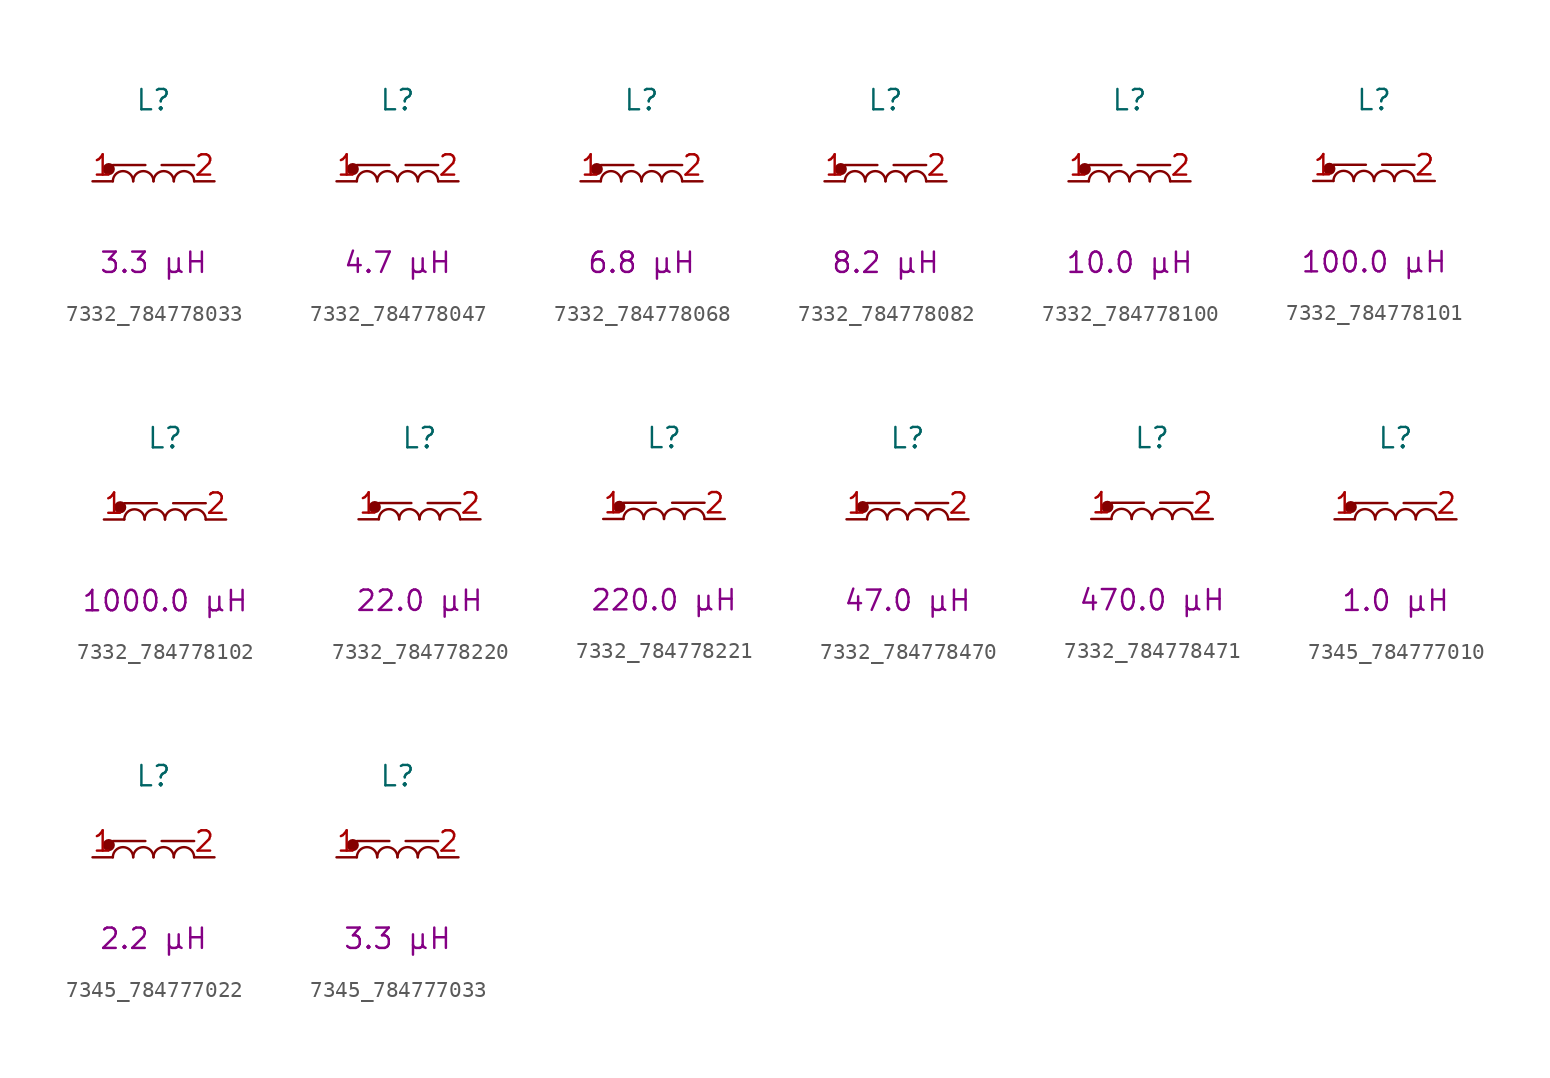
<source format=kicad_sym>
(kicad_symbol_lib
  (version 20220914)
  (generator kicad_symbol_editor)
  (symbol "7332_784778033"
    (pin_names hide)
    (property "Reference" "L"
      (at 0 5.08 0)
      (effects (font (size 1.27 1.27))))
    (property "Critical Parameter" "3.3 µH"
      (at 0 -5.08 0)
      (effects (font (size 1.27 1.27))))
    (symbol "7332_784778033_0_1"
      (arc (start -1.27 0) (mid -1.905 0.6323) (end -2.54 0) (stroke (width 0) (type default)) (fill (type none)))
      (arc (start 0 0) (mid -0.635 0.6323) (end -1.27 0) (stroke (width 0) (type default)) (fill (type none)))
      (polyline (pts (xy -2.54 1.016) (xy -0.508 1.016)) (stroke (width 0) (type default)) (fill (type none)))
      (arc (start 1.27 0) (mid 0.635 0.6323) (end 0 0) (stroke (width 0) (type default)) (fill (type none)))
      (arc (start 2.54 0) (mid 1.905 0.6323) (end 1.27 0) (stroke (width 0) (type default)) (fill (type none))))
    (symbol "7332_784778033_1_1"
      (circle (center -2.794 0.762) (radius 0.0001) (stroke (width 0.381) (type default)) (fill (type none)))
      (polyline (pts (xy 2.54 1.016) (xy 0.508 1.016)) (stroke (width 0) (type default)) (fill (type none)))
      (pin passive line (at -3.81 0 0) (length 1.27) (name "1" (effects (font (size 1.27 1.27)))) (number "1" (effects (font (size 1.27 1.27)))))
      (pin passive line (at 3.81 0 180) (length 1.27) (name "2" (effects (font (size 1.27 1.27)))) (number "2" (effects (font (size 1.27 1.27)))))))
  (symbol "7332_784778047"
    (pin_names hide)
    (property "Reference" "L"
      (at 0 5.08 0)
      (effects (font (size 1.27 1.27))))
    (property "Critical Parameter" "4.7 µH"
      (at 0 -5.08 0)
      (effects (font (size 1.27 1.27))))
    (symbol "7332_784778047_0_1"
      (arc (start -1.27 0) (mid -1.905 0.6323) (end -2.54 0) (stroke (width 0) (type default)) (fill (type none)))
      (arc (start 0 0) (mid -0.635 0.6323) (end -1.27 0) (stroke (width 0) (type default)) (fill (type none)))
      (polyline (pts (xy -2.54 1.016) (xy -0.508 1.016)) (stroke (width 0) (type default)) (fill (type none)))
      (arc (start 1.27 0) (mid 0.635 0.6323) (end 0 0) (stroke (width 0) (type default)) (fill (type none)))
      (arc (start 2.54 0) (mid 1.905 0.6323) (end 1.27 0) (stroke (width 0) (type default)) (fill (type none))))
    (symbol "7332_784778047_1_1"
      (circle (center -2.794 0.762) (radius 0.0001) (stroke (width 0.381) (type default)) (fill (type none)))
      (polyline (pts (xy 2.54 1.016) (xy 0.508 1.016)) (stroke (width 0) (type default)) (fill (type none)))
      (pin passive line (at -3.81 0 0) (length 1.27) (name "1" (effects (font (size 1.27 1.27)))) (number "1" (effects (font (size 1.27 1.27)))))
      (pin passive line (at 3.81 0 180) (length 1.27) (name "2" (effects (font (size 1.27 1.27)))) (number "2" (effects (font (size 1.27 1.27)))))))
  (symbol "7332_784778068"
    (pin_names hide)
    (property "Reference" "L"
      (at 0 5.08 0)
      (effects (font (size 1.27 1.27))))
    (property "Critical Parameter" "6.8 µH"
      (at 0 -5.08 0)
      (effects (font (size 1.27 1.27))))
    (symbol "7332_784778068_0_1"
      (arc (start -1.27 0) (mid -1.905 0.6323) (end -2.54 0) (stroke (width 0) (type default)) (fill (type none)))
      (arc (start 0 0) (mid -0.635 0.6323) (end -1.27 0) (stroke (width 0) (type default)) (fill (type none)))
      (polyline (pts (xy -2.54 1.016) (xy -0.508 1.016)) (stroke (width 0) (type default)) (fill (type none)))
      (arc (start 1.27 0) (mid 0.635 0.6323) (end 0 0) (stroke (width 0) (type default)) (fill (type none)))
      (arc (start 2.54 0) (mid 1.905 0.6323) (end 1.27 0) (stroke (width 0) (type default)) (fill (type none))))
    (symbol "7332_784778068_1_1"
      (circle (center -2.794 0.762) (radius 0.0001) (stroke (width 0.381) (type default)) (fill (type none)))
      (polyline (pts (xy 2.54 1.016) (xy 0.508 1.016)) (stroke (width 0) (type default)) (fill (type none)))
      (pin passive line (at -3.81 0 0) (length 1.27) (name "1" (effects (font (size 1.27 1.27)))) (number "1" (effects (font (size 1.27 1.27)))))
      (pin passive line (at 3.81 0 180) (length 1.27) (name "2" (effects (font (size 1.27 1.27)))) (number "2" (effects (font (size 1.27 1.27)))))))
  (symbol "7332_784778082"
    (pin_names hide)
    (property "Reference" "L"
      (at 0 5.08 0)
      (effects (font (size 1.27 1.27))))
    (property "Critical Parameter" "8.2 µH"
      (at 0 -5.08 0)
      (effects (font (size 1.27 1.27))))
    (symbol "7332_784778082_0_1"
      (arc (start -1.27 0) (mid -1.905 0.6323) (end -2.54 0) (stroke (width 0) (type default)) (fill (type none)))
      (arc (start 0 0) (mid -0.635 0.6323) (end -1.27 0) (stroke (width 0) (type default)) (fill (type none)))
      (polyline (pts (xy -2.54 1.016) (xy -0.508 1.016)) (stroke (width 0) (type default)) (fill (type none)))
      (arc (start 1.27 0) (mid 0.635 0.6323) (end 0 0) (stroke (width 0) (type default)) (fill (type none)))
      (arc (start 2.54 0) (mid 1.905 0.6323) (end 1.27 0) (stroke (width 0) (type default)) (fill (type none))))
    (symbol "7332_784778082_1_1"
      (circle (center -2.794 0.762) (radius 0.0001) (stroke (width 0.381) (type default)) (fill (type none)))
      (polyline (pts (xy 2.54 1.016) (xy 0.508 1.016)) (stroke (width 0) (type default)) (fill (type none)))
      (pin passive line (at -3.81 0 0) (length 1.27) (name "1" (effects (font (size 1.27 1.27)))) (number "1" (effects (font (size 1.27 1.27)))))
      (pin passive line (at 3.81 0 180) (length 1.27) (name "2" (effects (font (size 1.27 1.27)))) (number "2" (effects (font (size 1.27 1.27)))))))
  (symbol "7332_784778100"
    (pin_names hide)
    (property "Reference" "L"
      (at 0 5.08 0)
      (effects (font (size 1.27 1.27))))
    (property "Critical Parameter" "10.0 µH"
      (at 0 -5.08 0)
      (effects (font (size 1.27 1.27))))
    (symbol "7332_784778100_0_1"
      (arc (start -1.27 0) (mid -1.905 0.6323) (end -2.54 0) (stroke (width 0) (type default)) (fill (type none)))
      (arc (start 0 0) (mid -0.635 0.6323) (end -1.27 0) (stroke (width 0) (type default)) (fill (type none)))
      (polyline (pts (xy -2.54 1.016) (xy -0.508 1.016)) (stroke (width 0) (type default)) (fill (type none)))
      (arc (start 1.27 0) (mid 0.635 0.6323) (end 0 0) (stroke (width 0) (type default)) (fill (type none)))
      (arc (start 2.54 0) (mid 1.905 0.6323) (end 1.27 0) (stroke (width 0) (type default)) (fill (type none))))
    (symbol "7332_784778100_1_1"
      (circle (center -2.794 0.762) (radius 0.0001) (stroke (width 0.381) (type default)) (fill (type none)))
      (polyline (pts (xy 2.54 1.016) (xy 0.508 1.016)) (stroke (width 0) (type default)) (fill (type none)))
      (pin passive line (at -3.81 0 0) (length 1.27) (name "1" (effects (font (size 1.27 1.27)))) (number "1" (effects (font (size 1.27 1.27)))))
      (pin passive line (at 3.81 0 180) (length 1.27) (name "2" (effects (font (size 1.27 1.27)))) (number "2" (effects (font (size 1.27 1.27)))))))
  (symbol "7332_784778101"
    (pin_names hide)
    (property "Reference" "L"
      (at 0 5.08 0)
      (effects (font (size 1.27 1.27))))
    (property "Critical Parameter" "100.0 µH"
      (at 0 -5.08 0)
      (effects (font (size 1.27 1.27))))
    (symbol "7332_784778101_0_1"
      (arc (start -1.27 0) (mid -1.905 0.6323) (end -2.54 0) (stroke (width 0) (type default)) (fill (type none)))
      (arc (start 0 0) (mid -0.635 0.6323) (end -1.27 0) (stroke (width 0) (type default)) (fill (type none)))
      (polyline (pts (xy -2.54 1.016) (xy -0.508 1.016)) (stroke (width 0) (type default)) (fill (type none)))
      (arc (start 1.27 0) (mid 0.635 0.6323) (end 0 0) (stroke (width 0) (type default)) (fill (type none)))
      (arc (start 2.54 0) (mid 1.905 0.6323) (end 1.27 0) (stroke (width 0) (type default)) (fill (type none))))
    (symbol "7332_784778101_1_1"
      (circle (center -2.794 0.762) (radius 0.0001) (stroke (width 0.381) (type default)) (fill (type none)))
      (polyline (pts (xy 2.54 1.016) (xy 0.508 1.016)) (stroke (width 0) (type default)) (fill (type none)))
      (pin passive line (at -3.81 0 0) (length 1.27) (name "1" (effects (font (size 1.27 1.27)))) (number "1" (effects (font (size 1.27 1.27)))))
      (pin passive line (at 3.81 0 180) (length 1.27) (name "2" (effects (font (size 1.27 1.27)))) (number "2" (effects (font (size 1.27 1.27)))))))
  (symbol "7332_784778102"
    (pin_names hide)
    (property "Reference" "L"
      (at 0 5.08 0)
      (effects (font (size 1.27 1.27))))
    (property "Critical Parameter" "1000.0 µH"
      (at 0 -5.08 0)
      (effects (font (size 1.27 1.27))))
    (symbol "7332_784778102_0_1"
      (arc (start -1.27 0) (mid -1.905 0.6323) (end -2.54 0) (stroke (width 0) (type default)) (fill (type none)))
      (arc (start 0 0) (mid -0.635 0.6323) (end -1.27 0) (stroke (width 0) (type default)) (fill (type none)))
      (polyline (pts (xy -2.54 1.016) (xy -0.508 1.016)) (stroke (width 0) (type default)) (fill (type none)))
      (arc (start 1.27 0) (mid 0.635 0.6323) (end 0 0) (stroke (width 0) (type default)) (fill (type none)))
      (arc (start 2.54 0) (mid 1.905 0.6323) (end 1.27 0) (stroke (width 0) (type default)) (fill (type none))))
    (symbol "7332_784778102_1_1"
      (circle (center -2.794 0.762) (radius 0.0001) (stroke (width 0.381) (type default)) (fill (type none)))
      (polyline (pts (xy 2.54 1.016) (xy 0.508 1.016)) (stroke (width 0) (type default)) (fill (type none)))
      (pin passive line (at -3.81 0 0) (length 1.27) (name "1" (effects (font (size 1.27 1.27)))) (number "1" (effects (font (size 1.27 1.27)))))
      (pin passive line (at 3.81 0 180) (length 1.27) (name "2" (effects (font (size 1.27 1.27)))) (number "2" (effects (font (size 1.27 1.27)))))))
  (symbol "7332_784778220"
    (pin_names hide)
    (property "Reference" "L"
      (at 0 5.08 0)
      (effects (font (size 1.27 1.27))))
    (property "Critical Parameter" "22.0 µH"
      (at 0 -5.08 0)
      (effects (font (size 1.27 1.27))))
    (symbol "7332_784778220_0_1"
      (arc (start -1.27 0) (mid -1.905 0.6323) (end -2.54 0) (stroke (width 0) (type default)) (fill (type none)))
      (arc (start 0 0) (mid -0.635 0.6323) (end -1.27 0) (stroke (width 0) (type default)) (fill (type none)))
      (polyline (pts (xy -2.54 1.016) (xy -0.508 1.016)) (stroke (width 0) (type default)) (fill (type none)))
      (arc (start 1.27 0) (mid 0.635 0.6323) (end 0 0) (stroke (width 0) (type default)) (fill (type none)))
      (arc (start 2.54 0) (mid 1.905 0.6323) (end 1.27 0) (stroke (width 0) (type default)) (fill (type none))))
    (symbol "7332_784778220_1_1"
      (circle (center -2.794 0.762) (radius 0.0001) (stroke (width 0.381) (type default)) (fill (type none)))
      (polyline (pts (xy 2.54 1.016) (xy 0.508 1.016)) (stroke (width 0) (type default)) (fill (type none)))
      (pin passive line (at -3.81 0 0) (length 1.27) (name "1" (effects (font (size 1.27 1.27)))) (number "1" (effects (font (size 1.27 1.27)))))
      (pin passive line (at 3.81 0 180) (length 1.27) (name "2" (effects (font (size 1.27 1.27)))) (number "2" (effects (font (size 1.27 1.27)))))))
  (symbol "7332_784778221"
    (pin_names hide)
    (property "Reference" "L"
      (at 0 5.08 0)
      (effects (font (size 1.27 1.27))))
    (property "Critical Parameter" "220.0 µH"
      (at 0 -5.08 0)
      (effects (font (size 1.27 1.27))))
    (symbol "7332_784778221_0_1"
      (arc (start -1.27 0) (mid -1.905 0.6323) (end -2.54 0) (stroke (width 0) (type default)) (fill (type none)))
      (arc (start 0 0) (mid -0.635 0.6323) (end -1.27 0) (stroke (width 0) (type default)) (fill (type none)))
      (polyline (pts (xy -2.54 1.016) (xy -0.508 1.016)) (stroke (width 0) (type default)) (fill (type none)))
      (arc (start 1.27 0) (mid 0.635 0.6323) (end 0 0) (stroke (width 0) (type default)) (fill (type none)))
      (arc (start 2.54 0) (mid 1.905 0.6323) (end 1.27 0) (stroke (width 0) (type default)) (fill (type none))))
    (symbol "7332_784778221_1_1"
      (circle (center -2.794 0.762) (radius 0.0001) (stroke (width 0.381) (type default)) (fill (type none)))
      (polyline (pts (xy 2.54 1.016) (xy 0.508 1.016)) (stroke (width 0) (type default)) (fill (type none)))
      (pin passive line (at -3.81 0 0) (length 1.27) (name "1" (effects (font (size 1.27 1.27)))) (number "1" (effects (font (size 1.27 1.27)))))
      (pin passive line (at 3.81 0 180) (length 1.27) (name "2" (effects (font (size 1.27 1.27)))) (number "2" (effects (font (size 1.27 1.27)))))))
  (symbol "7332_784778470"
    (pin_names hide)
    (property "Reference" "L"
      (at 0 5.08 0)
      (effects (font (size 1.27 1.27))))
    (property "Critical Parameter" "47.0 µH"
      (at 0 -5.08 0)
      (effects (font (size 1.27 1.27))))
    (symbol "7332_784778470_0_1"
      (arc (start -1.27 0) (mid -1.905 0.6323) (end -2.54 0) (stroke (width 0) (type default)) (fill (type none)))
      (arc (start 0 0) (mid -0.635 0.6323) (end -1.27 0) (stroke (width 0) (type default)) (fill (type none)))
      (polyline (pts (xy -2.54 1.016) (xy -0.508 1.016)) (stroke (width 0) (type default)) (fill (type none)))
      (arc (start 1.27 0) (mid 0.635 0.6323) (end 0 0) (stroke (width 0) (type default)) (fill (type none)))
      (arc (start 2.54 0) (mid 1.905 0.6323) (end 1.27 0) (stroke (width 0) (type default)) (fill (type none))))
    (symbol "7332_784778470_1_1"
      (circle (center -2.794 0.762) (radius 0.0001) (stroke (width 0.381) (type default)) (fill (type none)))
      (polyline (pts (xy 2.54 1.016) (xy 0.508 1.016)) (stroke (width 0) (type default)) (fill (type none)))
      (pin passive line (at -3.81 0 0) (length 1.27) (name "1" (effects (font (size 1.27 1.27)))) (number "1" (effects (font (size 1.27 1.27)))))
      (pin passive line (at 3.81 0 180) (length 1.27) (name "2" (effects (font (size 1.27 1.27)))) (number "2" (effects (font (size 1.27 1.27)))))))
  (symbol "7332_784778471"
    (pin_names hide)
    (property "Reference" "L"
      (at 0 5.08 0)
      (effects (font (size 1.27 1.27))))
    (property "Critical Parameter" "470.0 µH"
      (at 0 -5.08 0)
      (effects (font (size 1.27 1.27))))
    (symbol "7332_784778471_0_1"
      (arc (start -1.27 0) (mid -1.905 0.6323) (end -2.54 0) (stroke (width 0) (type default)) (fill (type none)))
      (arc (start 0 0) (mid -0.635 0.6323) (end -1.27 0) (stroke (width 0) (type default)) (fill (type none)))
      (polyline (pts (xy -2.54 1.016) (xy -0.508 1.016)) (stroke (width 0) (type default)) (fill (type none)))
      (arc (start 1.27 0) (mid 0.635 0.6323) (end 0 0) (stroke (width 0) (type default)) (fill (type none)))
      (arc (start 2.54 0) (mid 1.905 0.6323) (end 1.27 0) (stroke (width 0) (type default)) (fill (type none))))
    (symbol "7332_784778471_1_1"
      (circle (center -2.794 0.762) (radius 0.0001) (stroke (width 0.381) (type default)) (fill (type none)))
      (polyline (pts (xy 2.54 1.016) (xy 0.508 1.016)) (stroke (width 0) (type default)) (fill (type none)))
      (pin passive line (at -3.81 0 0) (length 1.27) (name "1" (effects (font (size 1.27 1.27)))) (number "1" (effects (font (size 1.27 1.27)))))
      (pin passive line (at 3.81 0 180) (length 1.27) (name "2" (effects (font (size 1.27 1.27)))) (number "2" (effects (font (size 1.27 1.27)))))))
  (symbol "7345_784777010"
    (pin_names hide)
    (property "Reference" "L"
      (at 0 5.08 0)
      (effects (font (size 1.27 1.27))))
    (property "Critical Parameter" "1.0 µH"
      (at 0 -5.08 0)
      (effects (font (size 1.27 1.27))))
    (symbol "7345_784777010_0_1"
      (arc (start -1.27 0) (mid -1.905 0.6323) (end -2.54 0) (stroke (width 0) (type default)) (fill (type none)))
      (arc (start 0 0) (mid -0.635 0.6323) (end -1.27 0) (stroke (width 0) (type default)) (fill (type none)))
      (polyline (pts (xy -2.54 1.016) (xy -0.508 1.016)) (stroke (width 0) (type default)) (fill (type none)))
      (arc (start 1.27 0) (mid 0.635 0.6323) (end 0 0) (stroke (width 0) (type default)) (fill (type none)))
      (arc (start 2.54 0) (mid 1.905 0.6323) (end 1.27 0) (stroke (width 0) (type default)) (fill (type none))))
    (symbol "7345_784777010_1_1"
      (circle (center -2.794 0.762) (radius 0.0001) (stroke (width 0.381) (type default)) (fill (type none)))
      (polyline (pts (xy 2.54 1.016) (xy 0.508 1.016)) (stroke (width 0) (type default)) (fill (type none)))
      (pin passive line (at -3.81 0 0) (length 1.27) (name "1" (effects (font (size 1.27 1.27)))) (number "1" (effects (font (size 1.27 1.27)))))
      (pin passive line (at 3.81 0 180) (length 1.27) (name "2" (effects (font (size 1.27 1.27)))) (number "2" (effects (font (size 1.27 1.27)))))))
  (symbol "7345_784777022"
    (pin_names hide)
    (property "Reference" "L"
      (at 0 5.08 0)
      (effects (font (size 1.27 1.27))))
    (property "Critical Parameter" "2.2 µH"
      (at 0 -5.08 0)
      (effects (font (size 1.27 1.27))))
    (symbol "7345_784777022_0_1"
      (arc (start -1.27 0) (mid -1.905 0.6323) (end -2.54 0) (stroke (width 0) (type default)) (fill (type none)))
      (arc (start 0 0) (mid -0.635 0.6323) (end -1.27 0) (stroke (width 0) (type default)) (fill (type none)))
      (polyline (pts (xy -2.54 1.016) (xy -0.508 1.016)) (stroke (width 0) (type default)) (fill (type none)))
      (arc (start 1.27 0) (mid 0.635 0.6323) (end 0 0) (stroke (width 0) (type default)) (fill (type none)))
      (arc (start 2.54 0) (mid 1.905 0.6323) (end 1.27 0) (stroke (width 0) (type default)) (fill (type none))))
    (symbol "7345_784777022_1_1"
      (circle (center -2.794 0.762) (radius 0.0001) (stroke (width 0.381) (type default)) (fill (type none)))
      (polyline (pts (xy 2.54 1.016) (xy 0.508 1.016)) (stroke (width 0) (type default)) (fill (type none)))
      (pin passive line (at -3.81 0 0) (length 1.27) (name "1" (effects (font (size 1.27 1.27)))) (number "1" (effects (font (size 1.27 1.27)))))
      (pin passive line (at 3.81 0 180) (length 1.27) (name "2" (effects (font (size 1.27 1.27)))) (number "2" (effects (font (size 1.27 1.27)))))))
  (symbol "7345_784777033"
    (pin_names hide)
    (property "Reference" "L"
      (at 0 5.08 0)
      (effects (font (size 1.27 1.27))))
    (property "Critical Parameter" "3.3 µH"
      (at 0 -5.08 0)
      (effects (font (size 1.27 1.27))))
    (symbol "7345_784777033_0_1"
      (arc (start -1.27 0) (mid -1.905 0.6323) (end -2.54 0) (stroke (width 0) (type default)) (fill (type none)))
      (arc (start 0 0) (mid -0.635 0.6323) (end -1.27 0) (stroke (width 0) (type default)) (fill (type none)))
      (polyline (pts (xy -2.54 1.016) (xy -0.508 1.016)) (stroke (width 0) (type default)) (fill (type none)))
      (arc (start 1.27 0) (mid 0.635 0.6323) (end 0 0) (stroke (width 0) (type default)) (fill (type none)))
      (arc (start 2.54 0) (mid 1.905 0.6323) (end 1.27 0) (stroke (width 0) (type default)) (fill (type none))))
    (symbol "7345_784777033_1_1"
      (circle (center -2.794 0.762) (radius 0.0001) (stroke (width 0.381) (type default)) (fill (type none)))
      (polyline (pts (xy 2.54 1.016) (xy 0.508 1.016)) (stroke (width 0) (type default)) (fill (type none)))
      (pin passive line (at -3.81 0 0) (length 1.27) (name "1" (effects (font (size 1.27 1.27)))) (number "1" (effects (font (size 1.27 1.27)))))
      (pin passive line (at 3.81 0 180) (length 1.27) (name "2" (effects (font (size 1.27 1.27)))) (number "2" (effects (font (size 1.27 1.27))))))))
</source>
